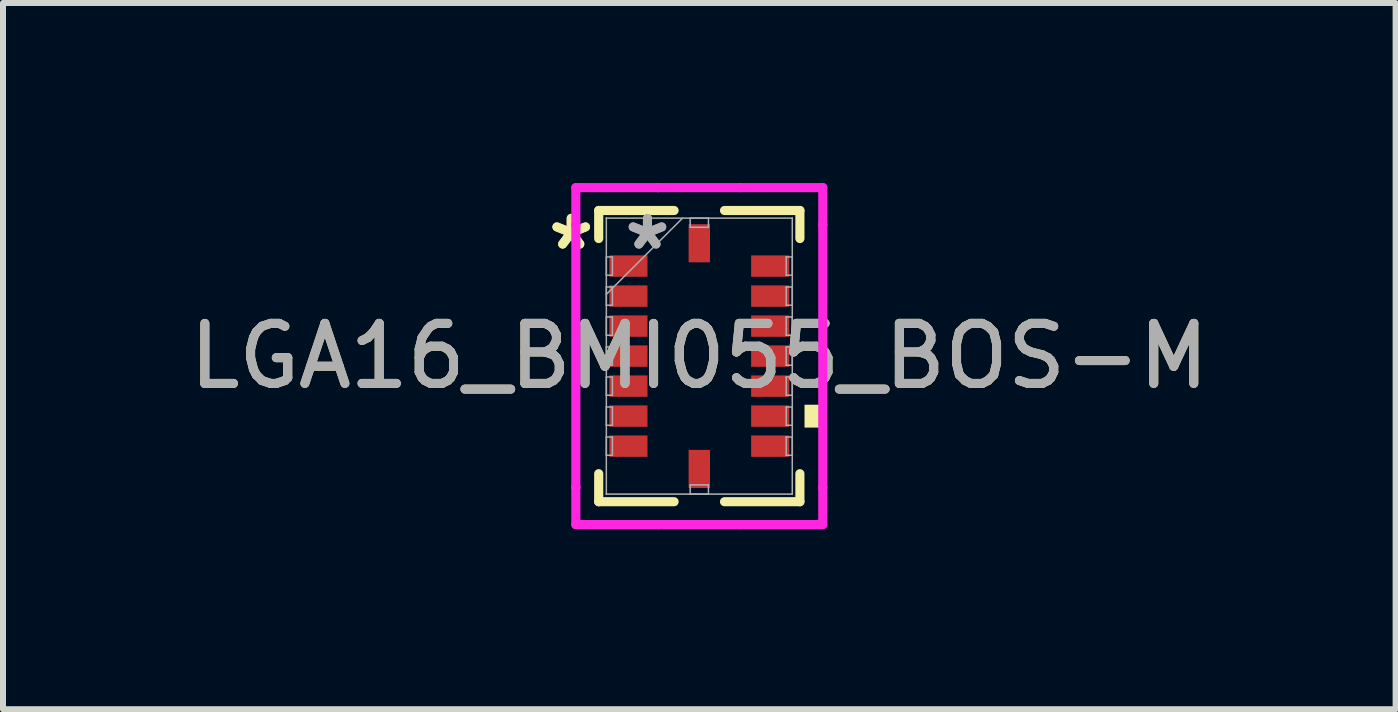
<source format=kicad_pcb>
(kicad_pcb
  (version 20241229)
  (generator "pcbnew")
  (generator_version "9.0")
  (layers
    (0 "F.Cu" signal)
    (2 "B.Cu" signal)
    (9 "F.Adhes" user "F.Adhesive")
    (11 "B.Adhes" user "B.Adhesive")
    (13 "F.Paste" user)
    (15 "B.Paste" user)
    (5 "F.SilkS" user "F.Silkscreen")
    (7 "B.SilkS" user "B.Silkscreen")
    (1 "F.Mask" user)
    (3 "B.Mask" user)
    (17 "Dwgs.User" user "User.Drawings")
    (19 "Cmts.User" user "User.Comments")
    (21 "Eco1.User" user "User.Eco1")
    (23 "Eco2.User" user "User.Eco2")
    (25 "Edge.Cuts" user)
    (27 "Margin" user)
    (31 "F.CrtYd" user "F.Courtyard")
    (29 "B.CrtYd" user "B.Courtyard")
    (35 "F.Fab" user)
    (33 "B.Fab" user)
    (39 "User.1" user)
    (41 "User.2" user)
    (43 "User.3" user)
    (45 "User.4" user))
  (footprint "LGA16_BMI055_BOS-M"
    (layer "F.Cu")
    (at 8.601 2.883)
    (property "Reference" "LGA16_BMI055_BOS-M" (at 0 0 0) (unlocked yes) (layer "F.SilkS") (effects (font (size 1 1) (thickness 0.15))))
    (attr smd)
    (fp_line (start -1.676 -2.426) (end -1.676 -1.959) (stroke (width 0.152) (type solid)) (layer "F.SilkS"))
    (fp_line (start -1.676 1.959) (end -1.676 2.426) (stroke (width 0.152) (type solid)) (layer "F.SilkS"))
    (fp_line (start -1.676 2.426) (end -0.42 2.426) (stroke (width 0.152) (type solid)) (layer "F.SilkS"))
    (fp_line (start -0.42 -2.426) (end -1.676 -2.426) (stroke (width 0.152) (type solid)) (layer "F.SilkS"))
    (fp_line (start 0.42 2.426) (end 1.676 2.426) (stroke (width 0.152) (type solid)) (layer "F.SilkS"))
    (fp_line (start 1.676 -2.426) (end 0.42 -2.426) (stroke (width 0.152) (type solid)) (layer "F.SilkS"))
    (fp_line (start 1.676 -1.959) (end 1.676 -2.426) (stroke (width 0.152) (type solid)) (layer "F.SilkS"))
    (fp_line (start 1.676 2.426) (end 1.676 1.959) (stroke (width 0.152) (type solid)) (layer "F.SilkS"))
    (fp_poly (pts (xy 2.007 0.81) (xy 2.007 1.191) (xy 1.753 1.191) (xy 1.753 0.81)) (stroke (width 0) (type solid)) (fill yes) (layer "F.SilkS"))
    (fp_line (start -2.057 -2.807) (end -0.686 -2.807) (stroke (width 0.152) (type solid)) (layer "F.CrtYd"))
    (fp_line (start -2.057 -2.186) (end -2.057 -2.807) (stroke (width 0.152) (type solid)) (layer "F.CrtYd"))
    (fp_line (start -2.057 -2.186) (end -2.057 -2.186) (stroke (width 0.152) (type solid)) (layer "F.CrtYd"))
    (fp_line (start -2.057 2.186) (end -2.057 -2.186) (stroke (width 0.152) (type solid)) (layer "F.CrtYd"))
    (fp_line (start -2.057 2.186) (end -2.057 2.186) (stroke (width 0.152) (type solid)) (layer "F.CrtYd"))
    (fp_line (start -2.057 2.807) (end -2.057 2.186) (stroke (width 0.152) (type solid)) (layer "F.CrtYd"))
    (fp_line (start -0.686 -2.807) (end -0.686 -2.807) (stroke (width 0.152) (type solid)) (layer "F.CrtYd"))
    (fp_line (start -0.686 -2.807) (end 0.686 -2.807) (stroke (width 0.152) (type solid)) (layer "F.CrtYd"))
    (fp_line (start -0.686 2.807) (end -2.057 2.807) (stroke (width 0.152) (type solid)) (layer "F.CrtYd"))
    (fp_line (start -0.686 2.807) (end -0.686 2.807) (stroke (width 0.152) (type solid)) (layer "F.CrtYd"))
    (fp_line (start 0.686 -2.807) (end 0.686 -2.807) (stroke (width 0.152) (type solid)) (layer "F.CrtYd"))
    (fp_line (start 0.686 -2.807) (end 2.057 -2.807) (stroke (width 0.152) (type solid)) (layer "F.CrtYd"))
    (fp_line (start 0.686 2.807) (end -0.686 2.807) (stroke (width 0.152) (type solid)) (layer "F.CrtYd"))
    (fp_line (start 0.686 2.807) (end 0.686 2.807) (stroke (width 0.152) (type solid)) (layer "F.CrtYd"))
    (fp_line (start 2.057 -2.807) (end 2.057 -2.186) (stroke (width 0.152) (type solid)) (layer "F.CrtYd"))
    (fp_line (start 2.057 -2.186) (end 2.057 -2.186) (stroke (width 0.152) (type solid)) (layer "F.CrtYd"))
    (fp_line (start 2.057 -2.186) (end 2.057 2.186) (stroke (width 0.152) (type solid)) (layer "F.CrtYd"))
    (fp_line (start 2.057 2.186) (end 2.057 2.186) (stroke (width 0.152) (type solid)) (layer "F.CrtYd"))
    (fp_line (start 2.057 2.186) (end 2.057 2.807) (stroke (width 0.152) (type solid)) (layer "F.CrtYd"))
    (fp_line (start 2.057 2.807) (end 0.686 2.807) (stroke (width 0.152) (type solid)) (layer "F.CrtYd"))
    (fp_line (start -1.549 -2.299) (end -1.549 -2.299) (stroke (width 0.025) (type solid)) (layer "F.Fab"))
    (fp_line (start -1.549 -2.299) (end -1.549 2.299) (stroke (width 0.025) (type solid)) (layer "F.Fab"))
    (fp_line (start -1.549 -1.652) (end -1.448 -1.652) (stroke (width 0.025) (type solid)) (layer "F.Fab"))
    (fp_line (start -1.549 -1.348) (end -1.549 -1.652) (stroke (width 0.025) (type solid)) (layer "F.Fab"))
    (fp_line (start -1.549 -1.152) (end -1.448 -1.152) (stroke (width 0.025) (type solid)) (layer "F.Fab"))
    (fp_line (start -1.549 -1.029) (end -0.279 -2.299) (stroke (width 0.025) (type solid)) (layer "F.Fab"))
    (fp_line (start -1.549 -0.848) (end -1.549 -1.152) (stroke (width 0.025) (type solid)) (layer "F.Fab"))
    (fp_line (start -1.549 -0.652) (end -1.448 -0.652) (stroke (width 0.025) (type solid)) (layer "F.Fab"))
    (fp_line (start -1.549 -0.348) (end -1.549 -0.652) (stroke (width 0.025) (type solid)) (layer "F.Fab"))
    (fp_line (start -1.549 -0.152) (end -1.448 -0.152) (stroke (width 0.025) (type solid)) (layer "F.Fab"))
    (fp_line (start -1.549 0.152) (end -1.549 -0.152) (stroke (width 0.025) (type solid)) (layer "F.Fab"))
    (fp_line (start -1.549 0.348) (end -1.448 0.348) (stroke (width 0.025) (type solid)) (layer "F.Fab"))
    (fp_line (start -1.549 0.652) (end -1.549 0.348) (stroke (width 0.025) (type solid)) (layer "F.Fab"))
    (fp_line (start -1.549 0.848) (end -1.448 0.848) (stroke (width 0.025) (type solid)) (layer "F.Fab"))
    (fp_line (start -1.549 1.152) (end -1.549 0.848) (stroke (width 0.025) (type solid)) (layer "F.Fab"))
    (fp_line (start -1.549 1.348) (end -1.448 1.348) (stroke (width 0.025) (type solid)) (layer "F.Fab"))
    (fp_line (start -1.549 1.652) (end -1.549 1.348) (stroke (width 0.025) (type solid)) (layer "F.Fab"))
    (fp_line (start -1.549 2.299) (end -1.549 2.299) (stroke (width 0.025) (type solid)) (layer "F.Fab"))
    (fp_line (start -1.549 2.299) (end 1.549 2.299) (stroke (width 0.025) (type solid)) (layer "F.Fab"))
    (fp_line (start -1.448 -1.652) (end -1.448 -1.348) (stroke (width 0.025) (type solid)) (layer "F.Fab"))
    (fp_line (start -1.448 -1.348) (end -1.549 -1.348) (stroke (width 0.025) (type solid)) (layer "F.Fab"))
    (fp_line (start -1.448 -1.152) (end -1.448 -0.848) (stroke (width 0.025) (type solid)) (layer "F.Fab"))
    (fp_line (start -1.448 -0.848) (end -1.549 -0.848) (stroke (width 0.025) (type solid)) (layer "F.Fab"))
    (fp_line (start -1.448 -0.652) (end -1.448 -0.348) (stroke (width 0.025) (type solid)) (layer "F.Fab"))
    (fp_line (start -1.448 -0.348) (end -1.549 -0.348) (stroke (width 0.025) (type solid)) (layer "F.Fab"))
    (fp_line (start -1.448 -0.152) (end -1.448 0.152) (stroke (width 0.025) (type solid)) (layer "F.Fab"))
    (fp_line (start -1.448 0.152) (end -1.549 0.152) (stroke (width 0.025) (type solid)) (layer "F.Fab"))
    (fp_line (start -1.448 0.348) (end -1.448 0.652) (stroke (width 0.025) (type solid)) (layer "F.Fab"))
    (fp_line (start -1.448 0.652) (end -1.549 0.652) (stroke (width 0.025) (type solid)) (layer "F.Fab"))
    (fp_line (start -1.448 0.848) (end -1.448 1.152) (stroke (width 0.025) (type solid)) (layer "F.Fab"))
    (fp_line (start -1.448 1.152) (end -1.549 1.152) (stroke (width 0.025) (type solid)) (layer "F.Fab"))
    (fp_line (start -1.448 1.348) (end -1.448 1.652) (stroke (width 0.025) (type solid)) (layer "F.Fab"))
    (fp_line (start -1.448 1.652) (end -1.549 1.652) (stroke (width 0.025) (type solid)) (layer "F.Fab"))
    (fp_line (start -0.152 -2.299) (end 0.152 -2.299) (stroke (width 0.025) (type solid)) (layer "F.Fab"))
    (fp_line (start -0.152 -2.146) (end -0.152 -2.299) (stroke (width 0.025) (type solid)) (layer "F.Fab"))
    (fp_line (start -0.152 2.146) (end 0.152 2.146) (stroke (width 0.025) (type solid)) (layer "F.Fab"))
    (fp_line (start -0.152 2.299) (end -0.152 2.146) (stroke (width 0.025) (type solid)) (layer "F.Fab"))
    (fp_line (start 0.152 -2.299) (end 0.152 -2.146) (stroke (width 0.025) (type solid)) (layer "F.Fab"))
    (fp_line (start 0.152 -2.146) (end -0.152 -2.146) (stroke (width 0.025) (type solid)) (layer "F.Fab"))
    (fp_line (start 0.152 2.146) (end 0.152 2.299) (stroke (width 0.025) (type solid)) (layer "F.Fab"))
    (fp_line (start 0.152 2.299) (end -0.152 2.299) (stroke (width 0.025) (type solid)) (layer "F.Fab"))
    (fp_line (start 1.448 -1.652) (end 1.549 -1.652) (stroke (width 0.025) (type solid)) (layer "F.Fab"))
    (fp_line (start 1.448 -1.348) (end 1.448 -1.652) (stroke (width 0.025) (type solid)) (layer "F.Fab"))
    (fp_line (start 1.448 -1.152) (end 1.549 -1.152) (stroke (width 0.025) (type solid)) (layer "F.Fab"))
    (fp_line (start 1.448 -0.848) (end 1.448 -1.152) (stroke (width 0.025) (type solid)) (layer "F.Fab"))
    (fp_line (start 1.448 -0.652) (end 1.549 -0.652) (stroke (width 0.025) (type solid)) (layer "F.Fab"))
    (fp_line (start 1.448 -0.348) (end 1.448 -0.652) (stroke (width 0.025) (type solid)) (layer "F.Fab"))
    (fp_line (start 1.448 -0.152) (end 1.549 -0.152) (stroke (width 0.025) (type solid)) (layer "F.Fab"))
    (fp_line (start 1.448 0.152) (end 1.448 -0.152) (stroke (width 0.025) (type solid)) (layer "F.Fab"))
    (fp_line (start 1.448 0.348) (end 1.549 0.348) (stroke (width 0.025) (type solid)) (layer "F.Fab"))
    (fp_line (start 1.448 0.652) (end 1.448 0.348) (stroke (width 0.025) (type solid)) (layer "F.Fab"))
    (fp_line (start 1.448 0.848) (end 1.549 0.848) (stroke (width 0.025) (type solid)) (layer "F.Fab"))
    (fp_line (start 1.448 1.152) (end 1.448 0.848) (stroke (width 0.025) (type solid)) (layer "F.Fab"))
    (fp_line (start 1.448 1.348) (end 1.549 1.348) (stroke (width 0.025) (type solid)) (layer "F.Fab"))
    (fp_line (start 1.448 1.652) (end 1.448 1.348) (stroke (width 0.025) (type solid)) (layer "F.Fab"))
    (fp_line (start 1.549 -2.299) (end -1.549 -2.299) (stroke (width 0.025) (type solid)) (layer "F.Fab"))
    (fp_line (start 1.549 -2.299) (end 1.549 -2.299) (stroke (width 0.025) (type solid)) (layer "F.Fab"))
    (fp_line (start 1.549 -1.652) (end 1.549 -1.348) (stroke (width 0.025) (type solid)) (layer "F.Fab"))
    (fp_line (start 1.549 -1.348) (end 1.448 -1.348) (stroke (width 0.025) (type solid)) (layer "F.Fab"))
    (fp_line (start 1.549 -1.152) (end 1.549 -0.848) (stroke (width 0.025) (type solid)) (layer "F.Fab"))
    (fp_line (start 1.549 -0.848) (end 1.448 -0.848) (stroke (width 0.025) (type solid)) (layer "F.Fab"))
    (fp_line (start 1.549 -0.652) (end 1.549 -0.348) (stroke (width 0.025) (type solid)) (layer "F.Fab"))
    (fp_line (start 1.549 -0.348) (end 1.448 -0.348) (stroke (width 0.025) (type solid)) (layer "F.Fab"))
    (fp_line (start 1.549 -0.152) (end 1.549 0.152) (stroke (width 0.025) (type solid)) (layer "F.Fab"))
    (fp_line (start 1.549 0.152) (end 1.448 0.152) (stroke (width 0.025) (type solid)) (layer "F.Fab"))
    (fp_line (start 1.549 0.348) (end 1.549 0.652) (stroke (width 0.025) (type solid)) (layer "F.Fab"))
    (fp_line (start 1.549 0.652) (end 1.448 0.652) (stroke (width 0.025) (type solid)) (layer "F.Fab"))
    (fp_line (start 1.549 0.848) (end 1.549 1.152) (stroke (width 0.025) (type solid)) (layer "F.Fab"))
    (fp_line (start 1.549 1.152) (end 1.448 1.152) (stroke (width 0.025) (type solid)) (layer "F.Fab"))
    (fp_line (start 1.549 1.348) (end 1.549 1.652) (stroke (width 0.025) (type solid)) (layer "F.Fab"))
    (fp_line (start 1.549 1.652) (end 1.448 1.652) (stroke (width 0.025) (type solid)) (layer "F.Fab"))
    (fp_line (start 1.549 2.299) (end 1.549 -2.299) (stroke (width 0.025) (type solid)) (layer "F.Fab"))
    (fp_line (start 1.549 2.299) (end 1.549 2.299) (stroke (width 0.025) (type solid)) (layer "F.Fab"))
    (fp_text user "*" (at -2.134 -1.75 0) (layer "F.SilkS") (effects (font (size 1 1) (thickness 0.15))))
    (fp_text user "*" (at -2.134 -1.75 0) (unlocked yes) (layer "F.SilkS") (effects (font (size 1 1) (thickness 0.15))))
    (fp_text user "${REFERENCE}" (at 0 0 0) (unlocked yes) (layer "F.Fab") (effects (font (size 1 1) (thickness 0.15))))
    (fp_text user "*" (at -0.864 -1.75 0) (unlocked yes) (layer "F.Fab") (effects (font (size 1 1) (thickness 0.15))))
    (fp_text user "*" (at -0.864 -1.75 0) (layer "F.Fab") (effects (font (size 1 1) (thickness 0.15))))
    (pad "1" smd rect (at -1.181 -1.5 90) (size 0.356 0.635) (layers "F.Cu" "F.Mask" "F.Paste"))
    (pad "2" smd rect (at -1.181 -1 90) (size 0.356 0.635) (layers "F.Cu" "F.Mask" "F.Paste"))
    (pad "3" smd rect (at -1.181 -0.5 90) (size 0.356 0.635) (layers "F.Cu" "F.Mask" "F.Paste"))
    (pad "4" smd rect (at -1.181 0 90) (size 0.356 0.635) (layers "F.Cu" "F.Mask" "F.Paste"))
    (pad "5" smd rect (at -1.181 0.5 90) (size 0.356 0.635) (layers "F.Cu" "F.Mask" "F.Paste"))
    (pad "6" smd rect (at -1.181 1 90) (size 0.356 0.635) (layers "F.Cu" "F.Mask" "F.Paste"))
    (pad "7" smd rect (at -1.181 1.5 90) (size 0.356 0.635) (layers "F.Cu" "F.Mask" "F.Paste"))
    (pad "8" smd rect (at 0 1.88) (size 0.356 0.635) (layers "F.Cu" "F.Mask" "F.Paste"))
    (pad "9" smd rect (at 1.181 1.5 90) (size 0.356 0.635) (layers "F.Cu" "F.Mask" "F.Paste"))
    (pad "10" smd rect (at 1.181 1 90) (size 0.356 0.635) (layers "F.Cu" "F.Mask" "F.Paste"))
    (pad "11" smd rect (at 1.181 0.5 90) (size 0.356 0.635) (layers "F.Cu" "F.Mask" "F.Paste"))
    (pad "12" smd rect (at 1.181 0 90) (size 0.356 0.635) (layers "F.Cu" "F.Mask" "F.Paste"))
    (pad "13" smd rect (at 1.181 -0.5 90) (size 0.356 0.635) (layers "F.Cu" "F.Mask" "F.Paste"))
    (pad "14" smd rect (at 1.181 -1 90) (size 0.356 0.635) (layers "F.Cu" "F.Mask" "F.Paste"))
    (pad "15" smd rect (at 1.181 -1.5 90) (size 0.356 0.635) (layers "F.Cu" "F.Mask" "F.Paste"))
    (pad "16" smd rect (at 0 -1.88) (size 0.356 0.635) (layers "F.Cu" "F.Mask" "F.Paste")))
  (gr_rect
    (start -3 -3)
    (end 20.202 8.766)
    (stroke (width 0.1) (type default))
    (fill no)
    (layer "Edge.Cuts")))
</source>
